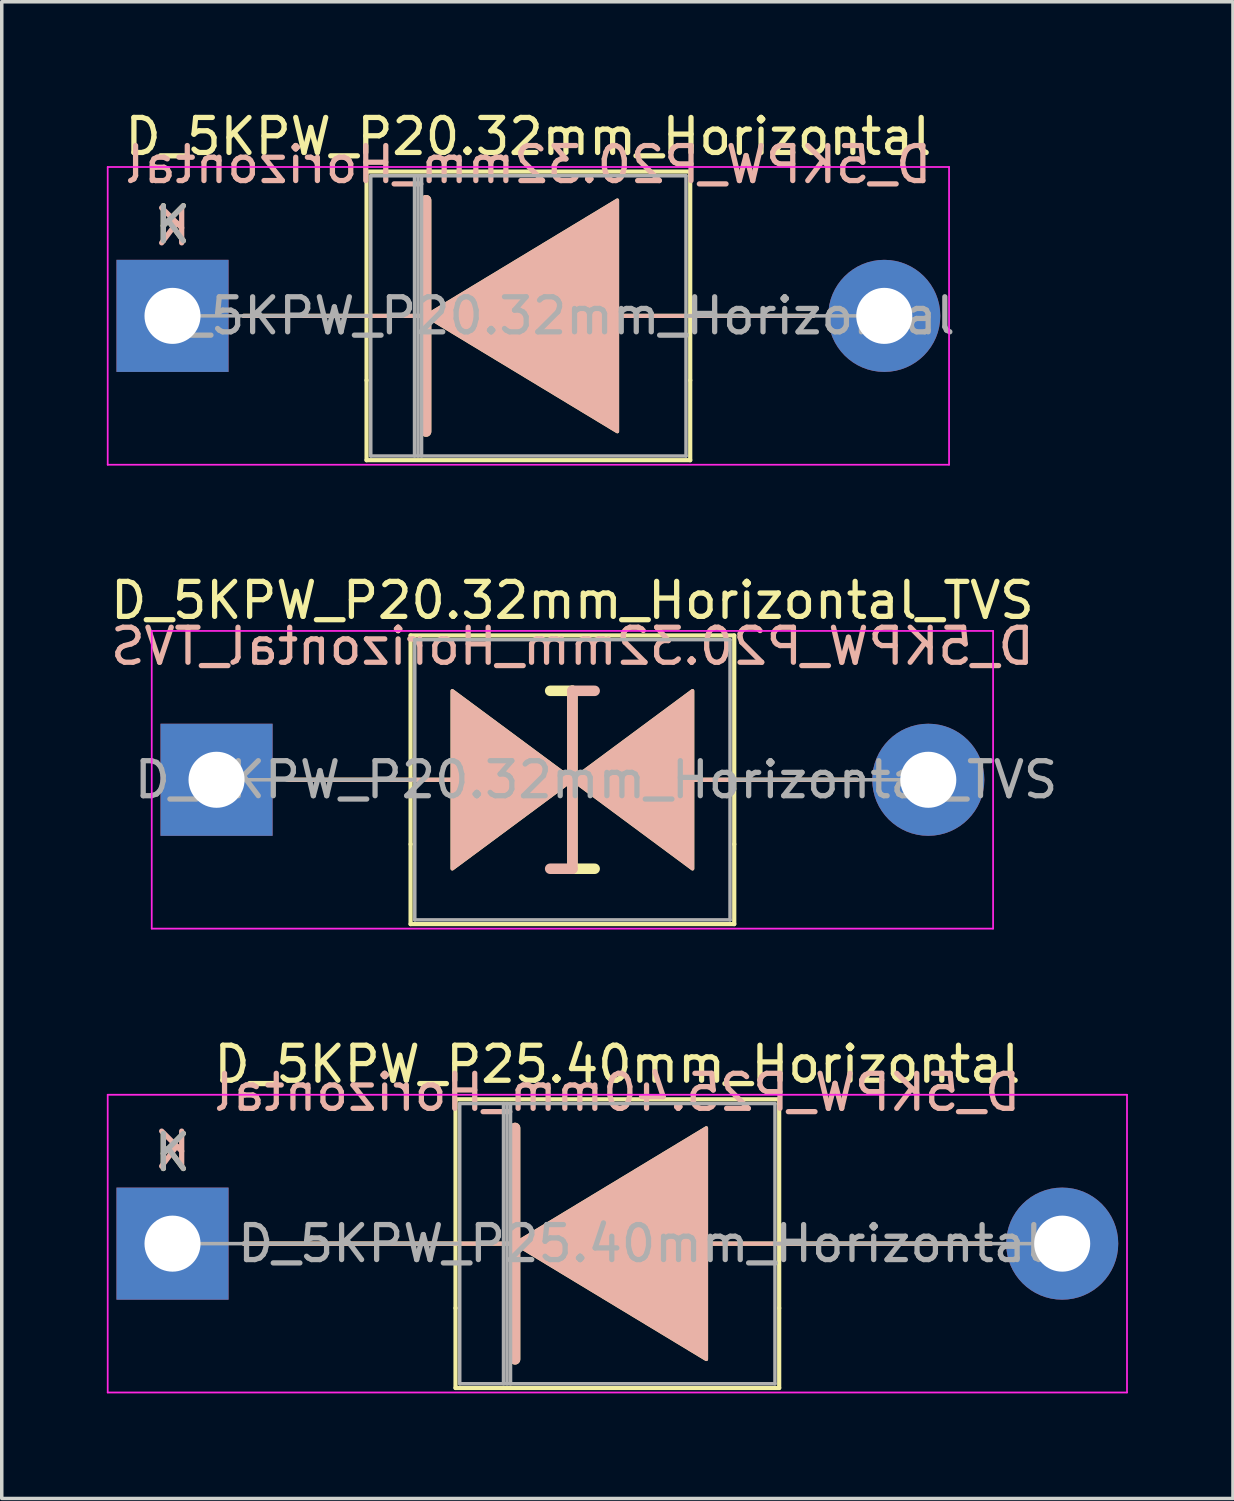
<source format=kicad_pcb>
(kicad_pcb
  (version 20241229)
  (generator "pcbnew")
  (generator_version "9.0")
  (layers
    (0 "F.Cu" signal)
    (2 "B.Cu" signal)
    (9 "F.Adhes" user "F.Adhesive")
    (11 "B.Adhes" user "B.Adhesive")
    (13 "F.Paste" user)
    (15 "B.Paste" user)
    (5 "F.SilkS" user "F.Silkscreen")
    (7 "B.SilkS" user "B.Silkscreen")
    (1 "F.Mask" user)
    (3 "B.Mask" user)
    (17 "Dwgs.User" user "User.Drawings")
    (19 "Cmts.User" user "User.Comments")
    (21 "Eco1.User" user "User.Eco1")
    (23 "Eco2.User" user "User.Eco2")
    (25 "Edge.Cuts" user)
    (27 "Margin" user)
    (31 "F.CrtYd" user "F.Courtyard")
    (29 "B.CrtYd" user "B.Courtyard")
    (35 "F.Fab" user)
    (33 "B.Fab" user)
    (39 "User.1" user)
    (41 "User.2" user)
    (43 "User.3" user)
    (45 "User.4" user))
  (footprint "D_5KPW_P20.32mm_Horizontal"
    (layer "F.Cu")
    (at 1.875 5.968)
    (property "Reference" "D_5KPW_P20.32mm_Horizontal" (at 10.16 -5.12 0) (layer "F.SilkS") (effects (font (size 1 1) (thickness 0.15))))
    (fp_line (start 2.032 0) (end 7.239 0) (stroke (width 0.12) (type solid)) (layer "F.SilkS"))
    (fp_line (start 5.54 -4.12) (end 14.78 -4.12) (stroke (width 0.12) (type solid)) (layer "F.SilkS"))
    (fp_line (start 5.54 1.84) (end 5.54 -4.12) (stroke (width 0.12) (type solid)) (layer "F.SilkS"))
    (fp_line (start 5.54 1.84) (end 5.54 4.12) (stroke (width 0.12) (type solid)) (layer "F.SilkS"))
    (fp_line (start 5.54 4.12) (end 14.78 4.12) (stroke (width 0.12) (type solid)) (layer "F.SilkS"))
    (fp_line (start 7.239 3.302) (end 7.239 -3.302) (stroke (width 0.3) (type solid)) (layer "F.SilkS"))
    (fp_line (start 14.78 -4.12) (end 14.78 1.84) (stroke (width 0.12) (type solid)) (layer "F.SilkS"))
    (fp_line (start 14.78 4.12) (end 14.78 1.84) (stroke (width 0.12) (type solid)) (layer "F.SilkS"))
    (fp_line (start 18.288 0) (end 12.21 0) (stroke (width 0.12) (type solid)) (layer "F.SilkS"))
    (fp_poly (pts (xy 12.7 3.302) (xy 7.239 0) (xy 12.7 -3.302)) (stroke (width 0.1) (type solid)) (fill yes) (layer "F.SilkS"))
    (fp_line (start 2.032 0) (end 7.239 0) (stroke (width 0.12) (type solid)) (layer "B.SilkS"))
    (fp_line (start 7.239 -3.302) (end 7.239 3.302) (stroke (width 0.3) (type solid)) (layer "B.SilkS"))
    (fp_line (start 18.288 0) (end 12.21 0) (stroke (width 0.12) (type solid)) (layer "B.SilkS"))
    (fp_poly (pts (xy 12.7 -3.302) (xy 7.239 0) (xy 12.7 3.302)) (stroke (width 0.1) (type solid)) (fill yes) (layer "B.SilkS"))
    (fp_line (start -1.85 -4.25) (end -1.85 4.25) (stroke (width 0.05) (type solid)) (layer "F.CrtYd"))
    (fp_line (start -1.85 4.25) (end 22.17 4.25) (stroke (width 0.05) (type solid)) (layer "F.CrtYd"))
    (fp_line (start 22.17 -4.25) (end -1.85 -4.25) (stroke (width 0.05) (type solid)) (layer "F.CrtYd"))
    (fp_line (start 22.17 4.25) (end 22.17 -4.25) (stroke (width 0.05) (type solid)) (layer "F.CrtYd"))
    (fp_line (start 0 0) (end 5.66 0) (stroke (width 0.1) (type solid)) (layer "F.Fab"))
    (fp_line (start 5.66 -4) (end 5.66 4) (stroke (width 0.1) (type solid)) (layer "F.Fab"))
    (fp_line (start 5.66 4) (end 14.66 4) (stroke (width 0.1) (type solid)) (layer "F.Fab"))
    (fp_line (start 6.91 -4) (end 6.91 4) (stroke (width 0.1) (type solid)) (layer "F.Fab"))
    (fp_line (start 7.01 -4) (end 7.01 4) (stroke (width 0.1) (type solid)) (layer "F.Fab"))
    (fp_line (start 7.11 -4) (end 7.11 4) (stroke (width 0.1) (type solid)) (layer "F.Fab"))
    (fp_line (start 14.66 -4) (end 5.66 -4) (stroke (width 0.1) (type solid)) (layer "F.Fab"))
    (fp_line (start 14.66 4) (end 14.66 -4) (stroke (width 0.1) (type solid)) (layer "F.Fab"))
    (fp_line (start 20.32 0) (end 14.66 0) (stroke (width 0.1) (type solid)) (layer "F.Fab"))
    (fp_text user "K" (at 0 -2.6 0) (layer "F.SilkS") (effects (font (size 1 1) (thickness 0.15))))
    (fp_text user "${REFERENCE}" (at 10.16 -4.318 0) (layer "B.SilkS") (effects (font (size 1 1) (thickness 0.15)) (justify mirror)))
    (fp_text user "K" (at 0 -2.54 0) (layer "B.SilkS") (effects (font (size 1 1) (thickness 0.15)) (justify mirror)))
    (fp_text user "K" (at 0 -2.6 0) (layer "F.Fab") (effects (font (size 1 1) (thickness 0.15))))
    (fp_text user "${REFERENCE}" (at 10.835 0 0) (layer "F.Fab") (effects (font (size 1 1) (thickness 0.15))))
    (pad "1" thru_hole rect (at 0 0) (size 3.2 3.2) (drill 1.6) (layers "*.Cu" "*.Mask"))
    (pad "2" thru_hole oval (at 20.32 0) (size 3.2 3.2) (drill 1.6) (layers "*.Cu" "*.Mask")))
  (footprint "D_5KPW_P25.40mm_Horizontal"
    (layer "F.Cu")
    (at 1.875 32.455)
    (property "Reference" "D_5KPW_P25.40mm_Horizontal" (at 12.7 -5.12 0) (layer "F.SilkS") (effects (font (size 1 1) (thickness 0.15))))
    (fp_line (start 2.032 0) (end 9.779 0) (stroke (width 0.12) (type solid)) (layer "F.SilkS"))
    (fp_line (start 8.08 -4.12) (end 17.32 -4.12) (stroke (width 0.12) (type solid)) (layer "F.SilkS"))
    (fp_line (start 8.08 1.84) (end 8.08 -4.12) (stroke (width 0.12) (type solid)) (layer "F.SilkS"))
    (fp_line (start 8.08 1.84) (end 8.08 4.12) (stroke (width 0.12) (type solid)) (layer "F.SilkS"))
    (fp_line (start 8.08 4.12) (end 17.32 4.12) (stroke (width 0.12) (type solid)) (layer "F.SilkS"))
    (fp_line (start 9.779 3.302) (end 9.779 -3.302) (stroke (width 0.3) (type solid)) (layer "F.SilkS"))
    (fp_line (start 17.32 -4.12) (end 17.32 1.84) (stroke (width 0.12) (type solid)) (layer "F.SilkS"))
    (fp_line (start 17.32 4.12) (end 17.32 1.84) (stroke (width 0.12) (type solid)) (layer "F.SilkS"))
    (fp_line (start 23.368 0) (end 14.75 0) (stroke (width 0.12) (type solid)) (layer "F.SilkS"))
    (fp_poly (pts (xy 15.24 3.302) (xy 9.779 0) (xy 15.24 -3.302)) (stroke (width 0.1) (type solid)) (fill yes) (layer "F.SilkS"))
    (fp_line (start 2.032 0) (end 9.779 0) (stroke (width 0.12) (type solid)) (layer "B.SilkS"))
    (fp_line (start 9.779 -3.302) (end 9.779 3.302) (stroke (width 0.3) (type solid)) (layer "B.SilkS"))
    (fp_line (start 23.368 0) (end 14.75 0) (stroke (width 0.12) (type solid)) (layer "B.SilkS"))
    (fp_poly (pts (xy 15.24 -3.302) (xy 9.779 0) (xy 15.24 3.302)) (stroke (width 0.1) (type solid)) (fill yes) (layer "B.SilkS"))
    (fp_line (start -1.85 -4.25) (end -1.85 4.25) (stroke (width 0.05) (type solid)) (layer "F.CrtYd"))
    (fp_line (start -1.85 4.25) (end 27.25 4.25) (stroke (width 0.05) (type solid)) (layer "F.CrtYd"))
    (fp_line (start 27.25 -4.25) (end -1.85 -4.25) (stroke (width 0.05) (type solid)) (layer "F.CrtYd"))
    (fp_line (start 27.25 4.25) (end 27.25 -4.25) (stroke (width 0.05) (type solid)) (layer "F.CrtYd"))
    (fp_line (start 0 0) (end 8.2 0) (stroke (width 0.1) (type solid)) (layer "F.Fab"))
    (fp_line (start 8.2 -4) (end 8.2 4) (stroke (width 0.1) (type solid)) (layer "F.Fab"))
    (fp_line (start 8.2 4) (end 17.2 4) (stroke (width 0.1) (type solid)) (layer "F.Fab"))
    (fp_line (start 9.45 -4) (end 9.45 4) (stroke (width 0.1) (type solid)) (layer "F.Fab"))
    (fp_line (start 9.55 -4) (end 9.55 4) (stroke (width 0.1) (type solid)) (layer "F.Fab"))
    (fp_line (start 9.65 -4) (end 9.65 4) (stroke (width 0.1) (type solid)) (layer "F.Fab"))
    (fp_line (start 17.2 -4) (end 8.2 -4) (stroke (width 0.1) (type solid)) (layer "F.Fab"))
    (fp_line (start 17.2 4) (end 17.2 -4) (stroke (width 0.1) (type solid)) (layer "F.Fab"))
    (fp_line (start 25.4 0) (end 17.2 0) (stroke (width 0.1) (type solid)) (layer "F.Fab"))
    (fp_text user "K" (at 0 -2.6 0) (layer "F.SilkS") (effects (font (size 1 1) (thickness 0.15))))
    (fp_text user "K" (at 0 -2.667 0) (layer "B.SilkS") (effects (font (size 1 1) (thickness 0.15)) (justify mirror)))
    (fp_text user "${REFERENCE}" (at 12.7 -4.318 0) (layer "B.SilkS") (effects (font (size 1 1) (thickness 0.15)) (justify mirror)))
    (fp_text user "${REFERENCE}" (at 13.375 0 0) (layer "F.Fab") (effects (font (size 1 1) (thickness 0.15))))
    (fp_text user "K" (at 0 -2.6 0) (layer "F.Fab") (effects (font (size 1 1) (thickness 0.15))))
    (pad "1" thru_hole rect (at 0 0) (size 3.2 3.2) (drill 1.6) (layers "*.Cu" "*.Mask"))
    (pad "2" thru_hole oval (at 25.4 0) (size 3.2 3.2) (drill 1.6) (layers "*.Cu" "*.Mask")))
  (footprint "D_5KPW_P20.32mm_Horizontal_TVS"
    (layer "F.Cu")
    (at 3.132 19.212)
    (property "Reference" "D_5KPW_P20.32mm_Horizontal_TVS" (at 10.16 -5.12 0) (layer "F.SilkS") (effects (font (size 1 1) (thickness 0.15))))
    (fp_line (start 5.54 -4.12) (end 14.78 -4.12) (stroke (width 0.12) (type solid)) (layer "F.SilkS"))
    (fp_line (start 5.54 1.84) (end 5.54 -4.12) (stroke (width 0.12) (type solid)) (layer "F.SilkS"))
    (fp_line (start 5.54 1.84) (end 5.54 4.12) (stroke (width 0.12) (type solid)) (layer "F.SilkS"))
    (fp_line (start 5.54 4.12) (end 14.78 4.12) (stroke (width 0.12) (type solid)) (layer "F.SilkS"))
    (fp_line (start 6.731 0) (end 2.032 0) (stroke (width 0.12) (type solid)) (layer "F.SilkS"))
    (fp_line (start 10.16 -2.54) (end 9.525 -2.54) (stroke (width 0.3) (type solid)) (layer "F.SilkS"))
    (fp_line (start 10.16 2.54) (end 10.16 -2.54) (stroke (width 0.3) (type solid)) (layer "F.SilkS"))
    (fp_line (start 10.16 2.54) (end 10.795 2.54) (stroke (width 0.3) (type solid)) (layer "F.SilkS"))
    (fp_line (start 14.78 -4.12) (end 14.78 1.84) (stroke (width 0.12) (type solid)) (layer "F.SilkS"))
    (fp_line (start 14.78 4.12) (end 14.78 1.84) (stroke (width 0.12) (type solid)) (layer "F.SilkS"))
    (fp_line (start 18.288 0) (end 13.589 0) (stroke (width 0.12) (type solid)) (layer "F.SilkS"))
    (fp_poly (pts (xy 10.16 0) (xy 6.731 2.54) (xy 6.731 -2.54)) (stroke (width 0.1) (type solid)) (fill yes) (layer "F.SilkS"))
    (fp_poly (pts (xy 10.16 0) (xy 13.589 -2.54) (xy 13.589 2.54)) (stroke (width 0.1) (type solid)) (fill yes) (layer "F.SilkS"))
    (fp_line (start 6.731 0) (end 2.032 0) (stroke (width 0.12) (type solid)) (layer "B.SilkS"))
    (fp_line (start 10.16 -2.54) (end 10.16 2.54) (stroke (width 0.3) (type solid)) (layer "B.SilkS"))
    (fp_line (start 10.16 -2.54) (end 10.795 -2.54) (stroke (width 0.3) (type solid)) (layer "B.SilkS"))
    (fp_line (start 10.16 2.54) (end 9.525 2.54) (stroke (width 0.3) (type solid)) (layer "B.SilkS"))
    (fp_line (start 18.288 0) (end 13.589 0) (stroke (width 0.12) (type solid)) (layer "B.SilkS"))
    (fp_poly (pts (xy 10.16 0) (xy 6.731 -2.54) (xy 6.731 2.54)) (stroke (width 0.1) (type solid)) (fill yes) (layer "B.SilkS"))
    (fp_poly (pts (xy 10.16 0) (xy 13.589 2.54) (xy 13.589 -2.54)) (stroke (width 0.1) (type solid)) (fill yes) (layer "B.SilkS"))
    (fp_line (start -1.85 -4.25) (end -1.85 4.25) (stroke (width 0.05) (type solid)) (layer "F.CrtYd"))
    (fp_line (start -1.85 4.25) (end 22.17 4.25) (stroke (width 0.05) (type solid)) (layer "F.CrtYd"))
    (fp_line (start 22.17 -4.25) (end -1.85 -4.25) (stroke (width 0.05) (type solid)) (layer "F.CrtYd"))
    (fp_line (start 22.17 4.25) (end 22.17 -4.25) (stroke (width 0.05) (type solid)) (layer "F.CrtYd"))
    (fp_line (start 0 0) (end 5.66 0) (stroke (width 0.1) (type solid)) (layer "F.Fab"))
    (fp_line (start 5.66 -4) (end 5.66 4) (stroke (width 0.1) (type solid)) (layer "F.Fab"))
    (fp_line (start 5.66 4) (end 14.66 4) (stroke (width 0.1) (type solid)) (layer "F.Fab"))
    (fp_line (start 14.66 -4) (end 5.66 -4) (stroke (width 0.1) (type solid)) (layer "F.Fab"))
    (fp_line (start 14.66 4) (end 14.66 -4) (stroke (width 0.1) (type solid)) (layer "F.Fab"))
    (fp_line (start 20.32 0) (end 14.66 0) (stroke (width 0.1) (type solid)) (layer "F.Fab"))
    (fp_text user "${REFERENCE}" (at 10.16 -3.81 0) (layer "B.SilkS") (effects (font (size 1 1) (thickness 0.15)) (justify mirror)))
    (fp_text user "${REFERENCE}" (at 10.835 0 0) (layer "F.Fab") (effects (font (size 1 1) (thickness 0.15))))
    (pad "1" thru_hole rect (at 0 0) (size 3.2 3.2) (drill 1.6) (layers "*.Cu" "*.Mask"))
    (pad "2" thru_hole oval (at 20.32 0) (size 3.2 3.2) (drill 1.6) (layers "*.Cu" "*.Mask")))
  (gr_rect
    (start -3 -3)
    (end 32.15 39.73)
    (stroke (width 0.1) (type default))
    (fill no)
    (layer "Edge.Cuts")))
</source>
